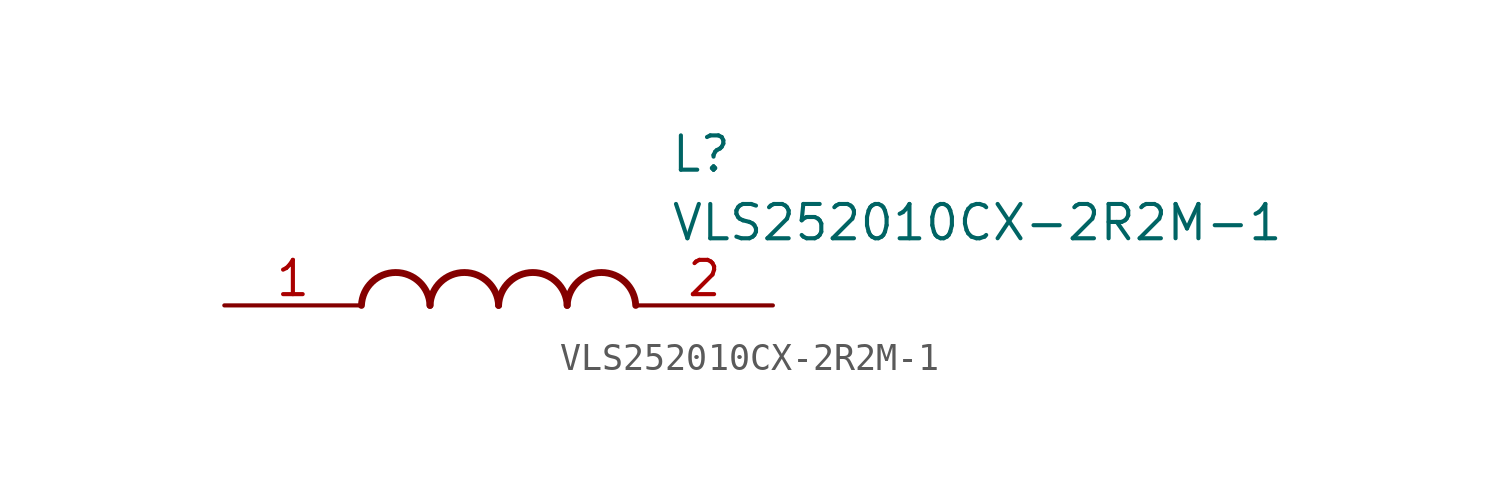
<source format=kicad_sym>
(kicad_symbol_lib
  (version 20211014)
  (generator SamacSys_ECAD_Model)
  (symbol "VLS252010CX-2R2M-1"
    (pin_names hide)
    (property "Reference" "L"
      (at 16.51 6.35 0)
      (effects (font (size 1.27 1.27)) (justify left top)))
    (property "Value" "VLS252010CX-2R2M-1"
      (at 16.51 3.81 0)
      (effects (font (size 1.27 1.27)) (justify left top)))
    (arc
      (start 7.62 0)
      (mid 6.35 1.219)
      (end 5.08 0)
      (stroke (width 0.254) (type default))
      (fill (type none)))
    (arc
      (start 10.16 0)
      (mid 8.89 1.219)
      (end 7.62 0)
      (stroke (width 0.254) (type default))
      (fill (type none)))
    (arc
      (start 12.7 0)
      (mid 11.43 1.219)
      (end 10.16 0)
      (stroke (width 0.254) (type default))
      (fill (type none)))
    (arc
      (start 15.24 0)
      (mid 13.97 1.219)
      (end 12.7 0)
      (stroke (width 0.254) (type default))
      (fill (type none)))
    (pin passive line
      (at 0 0 0)
      (length 5.08)
      (name "1" (effects (font (size 1.27 1.27))))
      (number "1" (effects (font (size 1.27 1.27)))))
    (pin passive line
      (at 20.32 0 180)
      (length 5.08)
      (name "2" (effects (font (size 1.27 1.27))))
      (number "2" (effects (font (size 1.27 1.27)))))))
</source>
